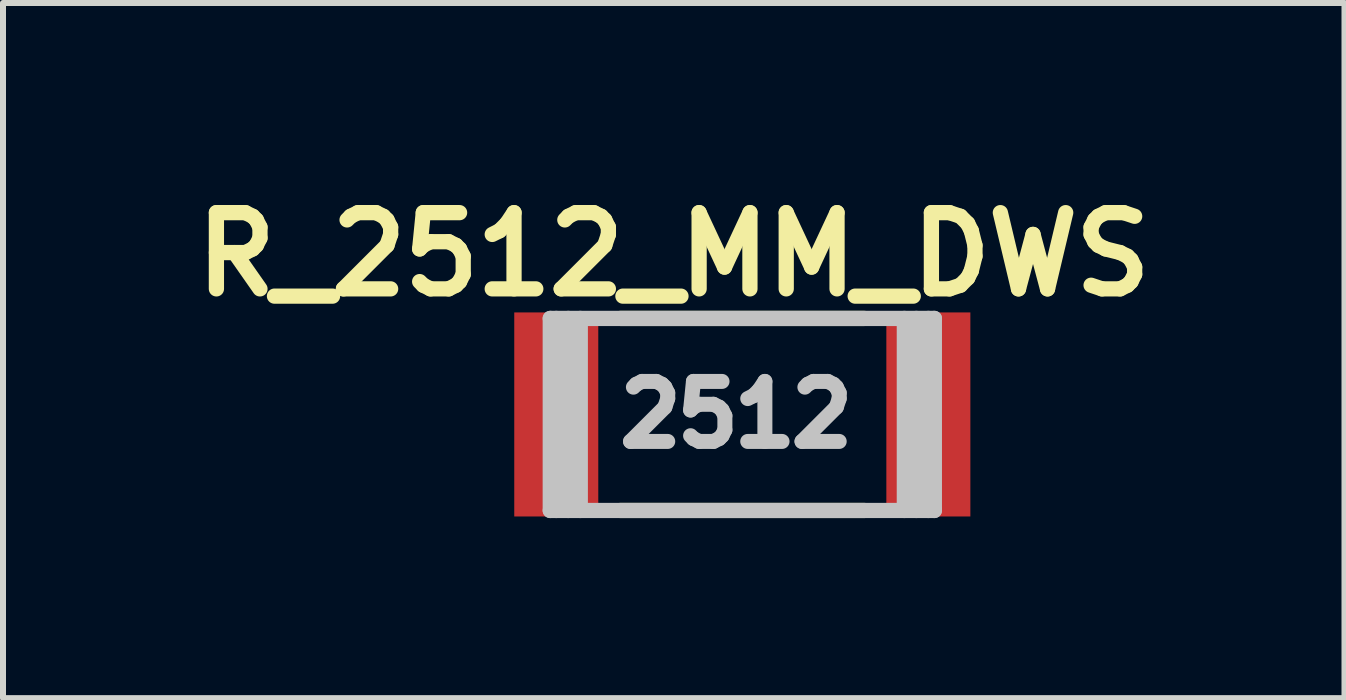
<source format=kicad_pcb>
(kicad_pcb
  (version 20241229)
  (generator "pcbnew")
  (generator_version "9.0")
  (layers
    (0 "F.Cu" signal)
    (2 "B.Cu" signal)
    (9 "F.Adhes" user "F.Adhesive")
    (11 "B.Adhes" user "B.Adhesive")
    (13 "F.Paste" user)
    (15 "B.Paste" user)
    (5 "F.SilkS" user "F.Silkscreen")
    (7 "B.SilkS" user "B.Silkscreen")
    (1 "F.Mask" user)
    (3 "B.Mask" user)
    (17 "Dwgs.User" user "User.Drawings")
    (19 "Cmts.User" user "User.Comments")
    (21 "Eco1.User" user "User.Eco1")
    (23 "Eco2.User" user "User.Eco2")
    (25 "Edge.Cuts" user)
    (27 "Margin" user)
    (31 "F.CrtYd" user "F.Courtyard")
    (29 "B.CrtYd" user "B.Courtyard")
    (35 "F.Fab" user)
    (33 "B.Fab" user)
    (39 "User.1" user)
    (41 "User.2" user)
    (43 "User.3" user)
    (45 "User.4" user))
  (footprint "R_2512_MM_DWS"
    (layer "F.Cu")
    (at 9.319 3.856)
    (property "Reference" "R_2512_MM_DWS" (at -1.143 -2.667 0) (layer "F.SilkS") (effects (font (size 1.27 1.27) (thickness 0.254))))
    (attr smd)
    (fp_line (start 2.032 -1.6) (end -2.032 -1.6) (stroke (width 0.254) (type solid)) (layer "F.SilkS"))
    (fp_line (start 2.032 1.6) (end -2.032 1.6) (stroke (width 0.254) (type solid)) (layer "F.SilkS"))
    (fp_line (start -3.2 -1.6) (end 3.2 -1.6) (stroke (width 0.254) (type solid)) (layer "Dwgs.User"))
    (fp_line (start -3.2 1.6) (end -3.2 -1.6) (stroke (width 0.254) (type solid)) (layer "Dwgs.User"))
    (fp_line (start -3.1 -1.6) (end -3.1 1.6) (stroke (width 0.254) (type solid)) (layer "Dwgs.User"))
    (fp_line (start -2.9 1.6) (end -2.9 -1.6) (stroke (width 0.254) (type solid)) (layer "Dwgs.User"))
    (fp_line (start -2.7 -1.6) (end -2.7 1.6) (stroke (width 0.254) (type solid)) (layer "Dwgs.User"))
    (fp_line (start 2.7 -1.6) (end 2.7 1.6) (stroke (width 0.254) (type solid)) (layer "Dwgs.User"))
    (fp_line (start 2.9 -1.6) (end 2.9 1.6) (stroke (width 0.254) (type solid)) (layer "Dwgs.User"))
    (fp_line (start 3.1 -1.6) (end 3.1 1.6) (stroke (width 0.254) (type solid)) (layer "Dwgs.User"))
    (fp_line (start 3.2 -1.6) (end 3.2 1.6) (stroke (width 0.254) (type solid)) (layer "Dwgs.User"))
    (fp_line (start 3.2 1.6) (end -3.2 1.6) (stroke (width 0.254) (type solid)) (layer "Dwgs.User"))
    (fp_text user "2512" (at -0.1 0 0) (layer "Dwgs.User") (effects (font (size 1 1) (thickness 0.25))))
    (pad "1" smd rect (at -3.1 0) (size 1.4 3.4) (layers "F.Cu" "F.Mask" "F.Paste"))
    (pad "2" smd rect (at 3.1 0) (size 1.4 3.4) (layers "F.Cu" "F.Mask" "F.Paste")))
  (gr_rect
    (start -3 -3)
    (end 19.353 8.583)
    (stroke (width 0.1) (type default))
    (fill no)
    (layer "Edge.Cuts")))
</source>
